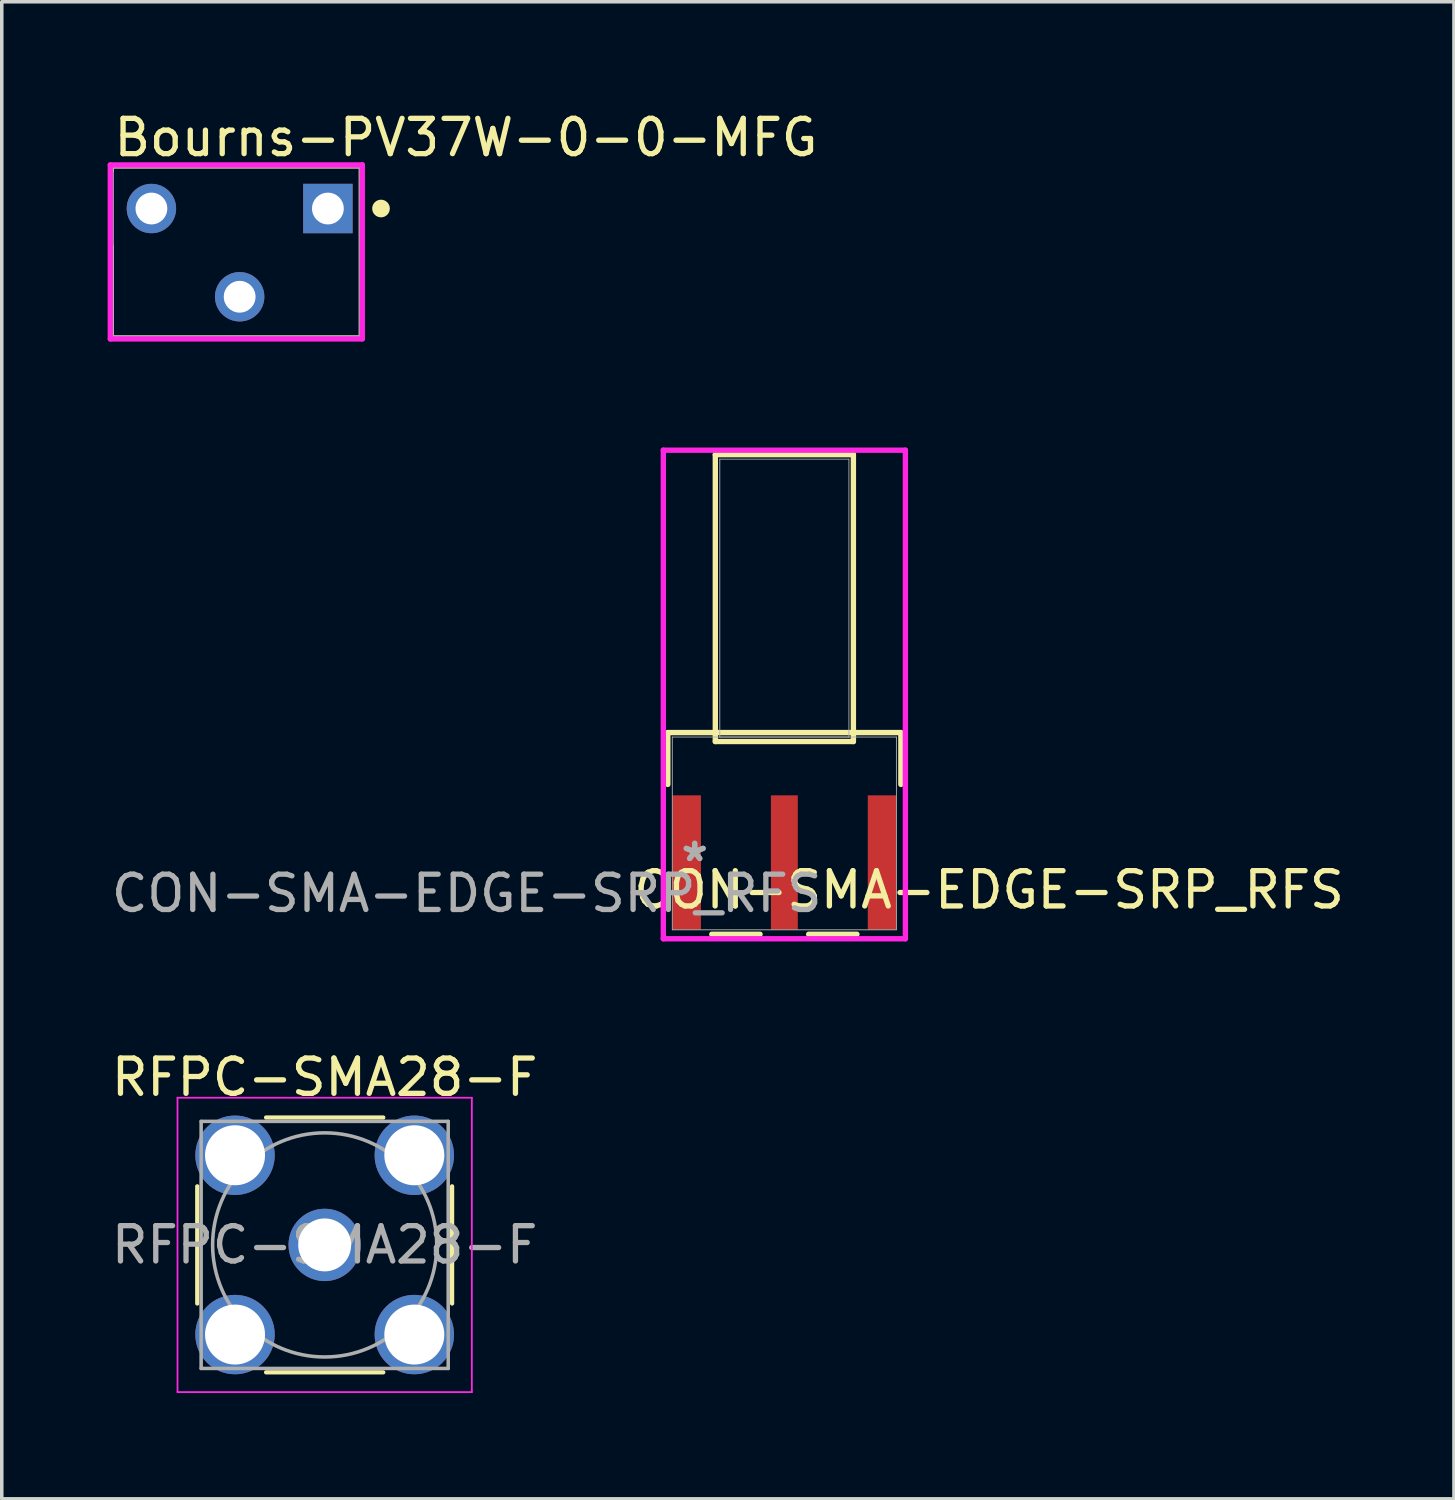
<source format=kicad_pcb>
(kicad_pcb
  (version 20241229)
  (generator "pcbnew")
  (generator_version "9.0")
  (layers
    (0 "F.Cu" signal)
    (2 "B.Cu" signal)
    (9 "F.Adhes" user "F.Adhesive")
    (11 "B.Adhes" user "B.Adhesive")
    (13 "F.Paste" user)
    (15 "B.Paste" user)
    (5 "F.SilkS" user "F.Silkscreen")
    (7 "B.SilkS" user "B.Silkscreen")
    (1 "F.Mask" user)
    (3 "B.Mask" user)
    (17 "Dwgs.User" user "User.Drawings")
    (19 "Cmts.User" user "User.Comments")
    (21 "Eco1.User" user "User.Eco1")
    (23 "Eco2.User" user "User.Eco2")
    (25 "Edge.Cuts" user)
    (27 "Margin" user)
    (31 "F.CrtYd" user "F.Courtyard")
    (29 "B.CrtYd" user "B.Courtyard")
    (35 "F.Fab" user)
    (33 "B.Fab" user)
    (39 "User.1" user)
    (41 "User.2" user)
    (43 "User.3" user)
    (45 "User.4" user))
  (footprint "Bourns-PV37W-0-0-MFG"
    (layer "F.Cu")
    (at 3.645 4.088)
    (property "Reference" "Bourns-PV37W-0-0-MFG" (at -3.545 -3.24 0) (layer "F.SilkS") (effects (font (size 1 1) (thickness 0.15)) (justify left)))
    (attr through_hole)
    (fp_line (start -3.545 -2.44) (end 3.545 -2.44) (stroke (width 0.15) (type solid)) (layer "F.SilkS"))
    (fp_line (start -3.545 -2.305) (end -3.545 -2.44) (stroke (width 0.15) (type solid)) (layer "F.SilkS"))
    (fp_line (start -3.545 2.44) (end -3.545 -0.155) (stroke (width 0.15) (type solid)) (layer "F.SilkS"))
    (fp_line (start -3.545 2.44) (end 3.545 2.44) (stroke (width 0.15) (type solid)) (layer "F.SilkS"))
    (fp_line (start 3.545 2.44) (end 3.545 -2.44) (stroke (width 0.15) (type solid)) (layer "F.SilkS"))
    (fp_circle (center 4.1 -1.23) (end 4.225 -1.23) (stroke (width 0.25) (type solid)) (fill no) (layer "F.SilkS"))
    (fp_line (start -3.57 -2.465) (end -3.57 2.465) (stroke (width 0.15) (type solid)) (layer "F.CrtYd"))
    (fp_line (start -3.57 2.465) (end 3.57 2.465) (stroke (width 0.15) (type solid)) (layer "F.CrtYd"))
    (fp_line (start 3.57 -2.465) (end -3.57 -2.465) (stroke (width 0.15) (type solid)) (layer "F.CrtYd"))
    (fp_line (start 3.57 -2.465) (end 3.57 -2.465) (stroke (width 0.15) (type solid)) (layer "F.CrtYd"))
    (fp_line (start 3.57 2.465) (end 3.57 -2.465) (stroke (width 0.15) (type solid)) (layer "F.CrtYd"))
    (fp_line (start -3.545 -2.44) (end 3.545 -2.44) (stroke (width 0.15) (type solid)) (layer "F.Fab"))
    (fp_line (start -3.545 2.44) (end -3.545 -2.44) (stroke (width 0.15) (type solid)) (layer "F.Fab"))
    (fp_line (start 3.545 -2.44) (end 3.545 2.44) (stroke (width 0.15) (type solid)) (layer "F.Fab"))
    (fp_line (start 3.545 2.44) (end -3.545 2.44) (stroke (width 0.15) (type solid)) (layer "F.Fab"))
    (pad "1" thru_hole rect (at 2.595 -1.23) (size 1.4 1.4) (drill 0.9) (layers "*.Cu"))
    (pad "2" thru_hole circle (at 0.095 1.27) (size 1.4 1.4) (drill 0.9) (layers "*.Cu"))
    (pad "3" thru_hole circle (at -2.405 -1.23) (size 1.4 1.4) (drill 0.9) (layers "*.Cu")))
  (footprint "CON-SMA-EDGE-SRP_RFS"
    (layer "F.Cu")
    (at 19.173 20.563)
    (property "Reference" "CON-SMA-EDGE-SRP_RFS" (at 5.8 1.6 0) (unlocked yes) (layer "F.SilkS") (effects (font (size 1 1) (thickness 0.15))))
    (attr smd)
    (fp_line (start -3.302 -2.857) (end -3.302 -1.388) (stroke (width 0.152) (type solid)) (layer "F.SilkS"))
    (fp_line (start -2.056 2.857) (end -0.689 2.857) (stroke (width 0.152) (type solid)) (layer "F.SilkS"))
    (fp_line (start -1.956 -10.732) (end -1.956 -2.603) (stroke (width 0.152) (type solid)) (layer "F.SilkS"))
    (fp_line (start -1.956 -2.603) (end 1.956 -2.603) (stroke (width 0.152) (type solid)) (layer "F.SilkS"))
    (fp_line (start 0.689 2.857) (end 2.056 2.857) (stroke (width 0.152) (type solid)) (layer "F.SilkS"))
    (fp_line (start 1.956 -10.732) (end -1.956 -10.732) (stroke (width 0.152) (type solid)) (layer "F.SilkS"))
    (fp_line (start 1.956 -2.603) (end 1.956 -10.732) (stroke (width 0.152) (type solid)) (layer "F.SilkS"))
    (fp_line (start 3.302 -2.857) (end -3.302 -2.857) (stroke (width 0.152) (type solid)) (layer "F.SilkS"))
    (fp_line (start 3.302 -1.388) (end 3.302 -2.857) (stroke (width 0.152) (type solid)) (layer "F.SilkS"))
    (fp_line (start -3.429 -10.858) (end -3.429 2.985) (stroke (width 0.152) (type solid)) (layer "F.CrtYd"))
    (fp_line (start -3.429 2.985) (end 3.429 2.985) (stroke (width 0.152) (type solid)) (layer "F.CrtYd"))
    (fp_line (start 3.429 -10.858) (end -3.429 -10.858) (stroke (width 0.152) (type solid)) (layer "F.CrtYd"))
    (fp_line (start 3.429 2.985) (end 3.429 -10.858) (stroke (width 0.152) (type solid)) (layer "F.CrtYd"))
    (fp_line (start -3.175 -2.731) (end -3.175 2.731) (stroke (width 0.025) (type solid)) (layer "F.Fab"))
    (fp_line (start -3.175 2.731) (end 3.175 2.731) (stroke (width 0.025) (type solid)) (layer "F.Fab"))
    (fp_line (start -1.829 -10.604) (end -1.829 -2.731) (stroke (width 0.025) (type solid)) (layer "F.Fab"))
    (fp_line (start -1.829 -2.731) (end 1.829 -2.731) (stroke (width 0.025) (type solid)) (layer "F.Fab"))
    (fp_line (start 1.829 -10.604) (end -1.829 -10.604) (stroke (width 0.025) (type solid)) (layer "F.Fab"))
    (fp_line (start 1.829 -2.731) (end 1.829 -10.604) (stroke (width 0.025) (type solid)) (layer "F.Fab"))
    (fp_line (start 3.175 -2.731) (end -3.175 -2.731) (stroke (width 0.025) (type solid)) (layer "F.Fab"))
    (fp_line (start 3.175 2.731) (end 3.175 -2.731) (stroke (width 0.025) (type solid)) (layer "F.Fab"))
    (fp_text user "${REFERENCE}" (at -9 1.7 0) (unlocked yes) (layer "F.Fab") (effects (font (size 1 1) (thickness 0.15))))
    (fp_text user "*" (at -2.54 0.826 0) (unlocked yes) (layer "F.Fab") (effects (font (size 1 1) (thickness 0.15))))
    (fp_text user "*" (at -2.54 0.826 0) (layer "F.Fab") (effects (font (size 1 1) (thickness 0.15))))
    (pad "1" smd rect (at 0 0.826) (size 0.762 3.81) (layers "F.Cu" "F.Mask" "F.Paste"))
    (pad "2" smd rect (at -2.77 0.826) (size 0.813 3.81) (layers "F.Cu" "F.Mask" "F.Paste"))
    (pad "3" smd rect (at 2.77 0.826) (size 0.813 3.81) (layers "F.Cu" "F.Mask" "F.Paste")))
  (footprint "RFPC-SMA28-F"
    (layer "F.Cu")
    (at 6.149 32.222)
    (property "Reference" "RFPC-SMA28-F" (at 0 -4.75 0) (layer "F.SilkS") (effects (font (size 1 1) (thickness 0.15))))
    (attr through_hole)
    (fp_line (start -3.61 -1.66) (end -3.61 1.66) (stroke (width 0.12) (type solid)) (layer "F.SilkS"))
    (fp_line (start -1.66 -3.61) (end 1.66 -3.61) (stroke (width 0.12) (type solid)) (layer "F.SilkS"))
    (fp_line (start -1.66 3.61) (end 1.66 3.61) (stroke (width 0.12) (type solid)) (layer "F.SilkS"))
    (fp_line (start 3.61 -1.66) (end 3.61 1.66) (stroke (width 0.12) (type solid)) (layer "F.SilkS"))
    (fp_line (start -4.17 -4.17) (end -4.17 4.17) (stroke (width 0.05) (type solid)) (layer "F.CrtYd"))
    (fp_line (start -4.17 -4.17) (end 4.17 -4.17) (stroke (width 0.05) (type solid)) (layer "F.CrtYd"))
    (fp_line (start 4.17 4.17) (end -4.17 4.17) (stroke (width 0.05) (type solid)) (layer "F.CrtYd"))
    (fp_line (start 4.17 4.17) (end 4.17 -4.17) (stroke (width 0.05) (type solid)) (layer "F.CrtYd"))
    (fp_line (start -3.5 -3.5) (end -3.5 3.5) (stroke (width 0.1) (type solid)) (layer "F.Fab"))
    (fp_line (start -3.5 -3.5) (end 3.5 -3.5) (stroke (width 0.1) (type solid)) (layer "F.Fab"))
    (fp_line (start -3.5 3.5) (end 3.5 3.5) (stroke (width 0.1) (type solid)) (layer "F.Fab"))
    (fp_line (start 3.5 -3.5) (end 3.5 3.5) (stroke (width 0.1) (type solid)) (layer "F.Fab"))
    (fp_circle (center 0 0) (end 3.175 0) (stroke (width 0.1) (type solid)) (fill no) (layer "F.Fab"))
    (fp_text user "${REFERENCE}" (at 0 0 0) (layer "F.Fab") (effects (font (size 1 1) (thickness 0.15))))
    (pad "1" thru_hole circle (at 0 0) (size 2.05 2.05) (drill 1.5) (layers "*.Cu" "*.Mask"))
    (pad "2" thru_hole circle (at -2.54 -2.54) (size 2.25 2.25) (drill 1.7) (layers "*.Cu" "*.Mask"))
    (pad "2" thru_hole circle (at -2.54 2.54) (size 2.25 2.25) (drill 1.7) (layers "*.Cu" "*.Mask"))
    (pad "2" thru_hole circle (at 2.54 -2.54) (size 2.25 2.25) (drill 1.7) (layers "*.Cu" "*.Mask"))
    (pad "2" thru_hole circle (at 2.54 2.54) (size 2.25 2.25) (drill 1.7) (layers "*.Cu" "*.Mask")))
  (gr_rect
    (start -3 -3)
    (end 38.145 39.417)
    (stroke (width 0.1) (type default))
    (fill no)
    (layer "Edge.Cuts")))
</source>
